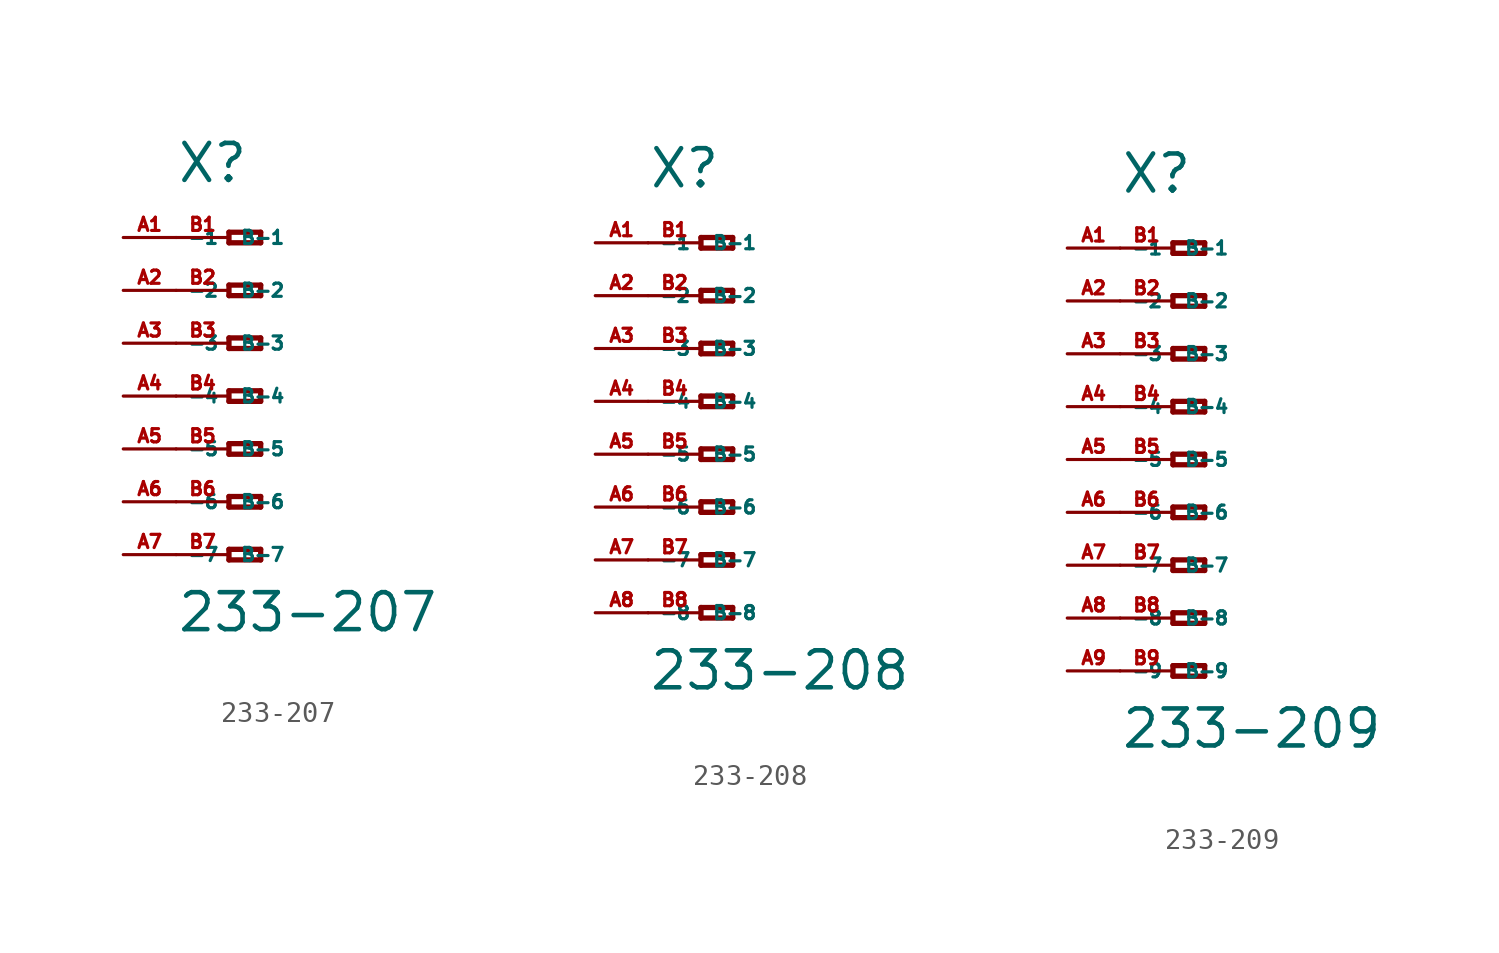
<source format=kicad_sym>
(kicad_symbol_lib
  (version 20220914)
  (generator Eagle2Kicad)
  (symbol "233-207"
    (property "Reference" "X"
      (at -5.08 10.16 0)
      (effects (font (size 1.778 1.778) (thickness 0.22)) (justify left bottom)))
    (property "Value" "233-207"
      (at -5.08 -11.43 0)
      (effects (font (size 1.778 1.778) (thickness 0.22)) (justify left bottom)))
    (polyline
      (pts (xy -2.54 7.874) (xy -2.54 7.366))
      (stroke (width 0.254) (type default))
      (fill (type none)))
    (polyline
      (pts (xy -2.54 7.366) (xy -1.016 7.366))
      (stroke (width 0.254) (type default))
      (fill (type none)))
    (polyline
      (pts (xy -1.016 7.366) (xy -1.016 7.874))
      (stroke (width 0.254) (type default))
      (fill (type none)))
    (polyline
      (pts (xy -1.016 7.874) (xy -2.54 7.874))
      (stroke (width 0.254) (type default))
      (fill (type none)))
    (polyline
      (pts (xy -2.54 5.334) (xy -2.54 4.826))
      (stroke (width 0.254) (type default))
      (fill (type none)))
    (polyline
      (pts (xy -2.54 4.826) (xy -1.016 4.826))
      (stroke (width 0.254) (type default))
      (fill (type none)))
    (polyline
      (pts (xy -1.016 4.826) (xy -1.016 5.334))
      (stroke (width 0.254) (type default))
      (fill (type none)))
    (polyline
      (pts (xy -1.016 5.334) (xy -2.54 5.334))
      (stroke (width 0.254) (type default))
      (fill (type none)))
    (polyline
      (pts (xy -2.54 2.794) (xy -2.54 2.286))
      (stroke (width 0.254) (type default))
      (fill (type none)))
    (polyline
      (pts (xy -2.54 2.286) (xy -1.016 2.286))
      (stroke (width 0.254) (type default))
      (fill (type none)))
    (polyline
      (pts (xy -1.016 2.286) (xy -1.016 2.794))
      (stroke (width 0.254) (type default))
      (fill (type none)))
    (polyline
      (pts (xy -1.016 2.794) (xy -2.54 2.794))
      (stroke (width 0.254) (type default))
      (fill (type none)))
    (polyline
      (pts (xy -2.54 0.254) (xy -2.54 -0.254))
      (stroke (width 0.254) (type default))
      (fill (type none)))
    (polyline
      (pts (xy -2.54 -0.254) (xy -1.016 -0.254))
      (stroke (width 0.254) (type default))
      (fill (type none)))
    (polyline
      (pts (xy -1.016 -0.254) (xy -1.016 0.254))
      (stroke (width 0.254) (type default))
      (fill (type none)))
    (polyline
      (pts (xy -1.016 0.254) (xy -2.54 0.254))
      (stroke (width 0.254) (type default))
      (fill (type none)))
    (polyline
      (pts (xy -2.54 -2.286) (xy -2.54 -2.794))
      (stroke (width 0.254) (type default))
      (fill (type none)))
    (polyline
      (pts (xy -2.54 -2.794) (xy -1.016 -2.794))
      (stroke (width 0.254) (type default))
      (fill (type none)))
    (polyline
      (pts (xy -1.016 -2.794) (xy -1.016 -2.286))
      (stroke (width 0.254) (type default))
      (fill (type none)))
    (polyline
      (pts (xy -1.016 -2.286) (xy -2.54 -2.286))
      (stroke (width 0.254) (type default))
      (fill (type none)))
    (polyline
      (pts (xy -2.54 -4.826) (xy -2.54 -5.334))
      (stroke (width 0.254) (type default))
      (fill (type none)))
    (polyline
      (pts (xy -2.54 -5.334) (xy -1.016 -5.334))
      (stroke (width 0.254) (type default))
      (fill (type none)))
    (polyline
      (pts (xy -1.016 -5.334) (xy -1.016 -4.826))
      (stroke (width 0.254) (type default))
      (fill (type none)))
    (polyline
      (pts (xy -1.016 -4.826) (xy -2.54 -4.826))
      (stroke (width 0.254) (type default))
      (fill (type none)))
    (polyline
      (pts (xy -2.54 -7.366) (xy -2.54 -7.874))
      (stroke (width 0.254) (type default))
      (fill (type none)))
    (polyline
      (pts (xy -2.54 -7.874) (xy -1.016 -7.874))
      (stroke (width 0.254) (type default))
      (fill (type none)))
    (polyline
      (pts (xy -1.016 -7.874) (xy -1.016 -7.366))
      (stroke (width 0.254) (type default))
      (fill (type none)))
    (polyline
      (pts (xy -1.016 -7.366) (xy -2.54 -7.366))
      (stroke (width 0.254) (type default))
      (fill (type none)))
    (pin passive line
      (at -7.62 7.62 0)
      (length 2.54)
      (name "-1" (effects (font (size 0.635 0.635) (thickness 0.08)) (justify left bottom)))
      (number "A1" (effects (font (size 0.635 0.635) (thickness 0.08)) (justify left bottom))))
    (pin passive line
      (at -7.62 5.08 0)
      (length 2.54)
      (name "-2" (effects (font (size 0.635 0.635) (thickness 0.08)) (justify left bottom)))
      (number "A2" (effects (font (size 0.635 0.635) (thickness 0.08)) (justify left bottom))))
    (pin passive line
      (at -7.62 2.54 0)
      (length 2.54)
      (name "-3" (effects (font (size 0.635 0.635) (thickness 0.08)) (justify left bottom)))
      (number "A3" (effects (font (size 0.635 0.635) (thickness 0.08)) (justify left bottom))))
    (pin passive line
      (at -7.62 0 0)
      (length 2.54)
      (name "-4" (effects (font (size 0.635 0.635) (thickness 0.08)) (justify left bottom)))
      (number "A4" (effects (font (size 0.635 0.635) (thickness 0.08)) (justify left bottom))))
    (pin passive line
      (at -7.62 -2.54 0)
      (length 2.54)
      (name "-5" (effects (font (size 0.635 0.635) (thickness 0.08)) (justify left bottom)))
      (number "A5" (effects (font (size 0.635 0.635) (thickness 0.08)) (justify left bottom))))
    (pin passive line
      (at -7.62 -5.08 0)
      (length 2.54)
      (name "-6" (effects (font (size 0.635 0.635) (thickness 0.08)) (justify left bottom)))
      (number "A6" (effects (font (size 0.635 0.635) (thickness 0.08)) (justify left bottom))))
    (pin passive line
      (at -7.62 -7.62 0)
      (length 2.54)
      (name "-7" (effects (font (size 0.635 0.635) (thickness 0.08)) (justify left bottom)))
      (number "A7" (effects (font (size 0.635 0.635) (thickness 0.08)) (justify left bottom))))
    (pin passive line
      (at -5.08 -7.62 0)
      (length 2.54)
      (name "B-7" (effects (font (size 0.635 0.635) (thickness 0.08)) (justify left bottom)))
      (number "B7" (effects (font (size 0.635 0.635) (thickness 0.08)) (justify left bottom))))
    (pin passive line
      (at -5.08 7.62 0)
      (length 2.54)
      (name "B-1" (effects (font (size 0.635 0.635) (thickness 0.08)) (justify left bottom)))
      (number "B1" (effects (font (size 0.635 0.635) (thickness 0.08)) (justify left bottom))))
    (pin passive line
      (at -5.08 5.08 0)
      (length 2.54)
      (name "B-2" (effects (font (size 0.635 0.635) (thickness 0.08)) (justify left bottom)))
      (number "B2" (effects (font (size 0.635 0.635) (thickness 0.08)) (justify left bottom))))
    (pin passive line
      (at -5.08 2.54 0)
      (length 2.54)
      (name "B-3" (effects (font (size 0.635 0.635) (thickness 0.08)) (justify left bottom)))
      (number "B3" (effects (font (size 0.635 0.635) (thickness 0.08)) (justify left bottom))))
    (pin passive line
      (at -5.08 0 0)
      (length 2.54)
      (name "B-4" (effects (font (size 0.635 0.635) (thickness 0.08)) (justify left bottom)))
      (number "B4" (effects (font (size 0.635 0.635) (thickness 0.08)) (justify left bottom))))
    (pin passive line
      (at -5.08 -2.54 0)
      (length 2.54)
      (name "B-5" (effects (font (size 0.635 0.635) (thickness 0.08)) (justify left bottom)))
      (number "B5" (effects (font (size 0.635 0.635) (thickness 0.08)) (justify left bottom))))
    (pin passive line
      (at -5.08 -5.08 0)
      (length 2.54)
      (name "B-6" (effects (font (size 0.635 0.635) (thickness 0.08)) (justify left bottom)))
      (number "B6" (effects (font (size 0.635 0.635) (thickness 0.08)) (justify left bottom)))))
  (symbol "233-208"
    (property "Reference" "X"
      (at -5.08 10.16 0)
      (effects (font (size 1.778 1.778) (thickness 0.22)) (justify left bottom)))
    (property "Value" "233-208"
      (at -5.08 -13.97 0)
      (effects (font (size 1.778 1.778) (thickness 0.22)) (justify left bottom)))
    (polyline
      (pts (xy -2.54 7.874) (xy -2.54 7.366))
      (stroke (width 0.254) (type default))
      (fill (type none)))
    (polyline
      (pts (xy -2.54 7.366) (xy -1.016 7.366))
      (stroke (width 0.254) (type default))
      (fill (type none)))
    (polyline
      (pts (xy -1.016 7.366) (xy -1.016 7.874))
      (stroke (width 0.254) (type default))
      (fill (type none)))
    (polyline
      (pts (xy -1.016 7.874) (xy -2.54 7.874))
      (stroke (width 0.254) (type default))
      (fill (type none)))
    (polyline
      (pts (xy -2.54 5.334) (xy -2.54 4.826))
      (stroke (width 0.254) (type default))
      (fill (type none)))
    (polyline
      (pts (xy -2.54 4.826) (xy -1.016 4.826))
      (stroke (width 0.254) (type default))
      (fill (type none)))
    (polyline
      (pts (xy -1.016 4.826) (xy -1.016 5.334))
      (stroke (width 0.254) (type default))
      (fill (type none)))
    (polyline
      (pts (xy -1.016 5.334) (xy -2.54 5.334))
      (stroke (width 0.254) (type default))
      (fill (type none)))
    (polyline
      (pts (xy -2.54 2.794) (xy -2.54 2.286))
      (stroke (width 0.254) (type default))
      (fill (type none)))
    (polyline
      (pts (xy -2.54 2.286) (xy -1.016 2.286))
      (stroke (width 0.254) (type default))
      (fill (type none)))
    (polyline
      (pts (xy -1.016 2.286) (xy -1.016 2.794))
      (stroke (width 0.254) (type default))
      (fill (type none)))
    (polyline
      (pts (xy -1.016 2.794) (xy -2.54 2.794))
      (stroke (width 0.254) (type default))
      (fill (type none)))
    (polyline
      (pts (xy -2.54 0.254) (xy -2.54 -0.254))
      (stroke (width 0.254) (type default))
      (fill (type none)))
    (polyline
      (pts (xy -2.54 -0.254) (xy -1.016 -0.254))
      (stroke (width 0.254) (type default))
      (fill (type none)))
    (polyline
      (pts (xy -1.016 -0.254) (xy -1.016 0.254))
      (stroke (width 0.254) (type default))
      (fill (type none)))
    (polyline
      (pts (xy -1.016 0.254) (xy -2.54 0.254))
      (stroke (width 0.254) (type default))
      (fill (type none)))
    (polyline
      (pts (xy -2.54 -2.286) (xy -2.54 -2.794))
      (stroke (width 0.254) (type default))
      (fill (type none)))
    (polyline
      (pts (xy -2.54 -2.794) (xy -1.016 -2.794))
      (stroke (width 0.254) (type default))
      (fill (type none)))
    (polyline
      (pts (xy -1.016 -2.794) (xy -1.016 -2.286))
      (stroke (width 0.254) (type default))
      (fill (type none)))
    (polyline
      (pts (xy -1.016 -2.286) (xy -2.54 -2.286))
      (stroke (width 0.254) (type default))
      (fill (type none)))
    (polyline
      (pts (xy -2.54 -4.826) (xy -2.54 -5.334))
      (stroke (width 0.254) (type default))
      (fill (type none)))
    (polyline
      (pts (xy -2.54 -5.334) (xy -1.016 -5.334))
      (stroke (width 0.254) (type default))
      (fill (type none)))
    (polyline
      (pts (xy -1.016 -5.334) (xy -1.016 -4.826))
      (stroke (width 0.254) (type default))
      (fill (type none)))
    (polyline
      (pts (xy -1.016 -4.826) (xy -2.54 -4.826))
      (stroke (width 0.254) (type default))
      (fill (type none)))
    (polyline
      (pts (xy -2.54 -7.366) (xy -2.54 -7.874))
      (stroke (width 0.254) (type default))
      (fill (type none)))
    (polyline
      (pts (xy -2.54 -7.874) (xy -1.016 -7.874))
      (stroke (width 0.254) (type default))
      (fill (type none)))
    (polyline
      (pts (xy -1.016 -7.874) (xy -1.016 -7.366))
      (stroke (width 0.254) (type default))
      (fill (type none)))
    (polyline
      (pts (xy -1.016 -7.366) (xy -2.54 -7.366))
      (stroke (width 0.254) (type default))
      (fill (type none)))
    (polyline
      (pts (xy -2.54 -9.906) (xy -2.54 -10.414))
      (stroke (width 0.254) (type default))
      (fill (type none)))
    (polyline
      (pts (xy -2.54 -10.414) (xy -1.016 -10.414))
      (stroke (width 0.254) (type default))
      (fill (type none)))
    (polyline
      (pts (xy -1.016 -10.414) (xy -1.016 -9.906))
      (stroke (width 0.254) (type default))
      (fill (type none)))
    (polyline
      (pts (xy -1.016 -9.906) (xy -2.54 -9.906))
      (stroke (width 0.254) (type default))
      (fill (type none)))
    (pin passive line
      (at -7.62 7.62 0)
      (length 2.54)
      (name "-1" (effects (font (size 0.635 0.635) (thickness 0.08)) (justify left bottom)))
      (number "A1" (effects (font (size 0.635 0.635) (thickness 0.08)) (justify left bottom))))
    (pin passive line
      (at -7.62 5.08 0)
      (length 2.54)
      (name "-2" (effects (font (size 0.635 0.635) (thickness 0.08)) (justify left bottom)))
      (number "A2" (effects (font (size 0.635 0.635) (thickness 0.08)) (justify left bottom))))
    (pin passive line
      (at -7.62 2.54 0)
      (length 2.54)
      (name "-3" (effects (font (size 0.635 0.635) (thickness 0.08)) (justify left bottom)))
      (number "A3" (effects (font (size 0.635 0.635) (thickness 0.08)) (justify left bottom))))
    (pin passive line
      (at -7.62 0 0)
      (length 2.54)
      (name "-4" (effects (font (size 0.635 0.635) (thickness 0.08)) (justify left bottom)))
      (number "A4" (effects (font (size 0.635 0.635) (thickness 0.08)) (justify left bottom))))
    (pin passive line
      (at -7.62 -2.54 0)
      (length 2.54)
      (name "-5" (effects (font (size 0.635 0.635) (thickness 0.08)) (justify left bottom)))
      (number "A5" (effects (font (size 0.635 0.635) (thickness 0.08)) (justify left bottom))))
    (pin passive line
      (at -7.62 -5.08 0)
      (length 2.54)
      (name "-6" (effects (font (size 0.635 0.635) (thickness 0.08)) (justify left bottom)))
      (number "A6" (effects (font (size 0.635 0.635) (thickness 0.08)) (justify left bottom))))
    (pin passive line
      (at -7.62 -7.62 0)
      (length 2.54)
      (name "-7" (effects (font (size 0.635 0.635) (thickness 0.08)) (justify left bottom)))
      (number "A7" (effects (font (size 0.635 0.635) (thickness 0.08)) (justify left bottom))))
    (pin passive line
      (at -7.62 -10.16 0)
      (length 2.54)
      (name "-8" (effects (font (size 0.635 0.635) (thickness 0.08)) (justify left bottom)))
      (number "A8" (effects (font (size 0.635 0.635) (thickness 0.08)) (justify left bottom))))
    (pin passive line
      (at -5.08 -10.16 0)
      (length 2.54)
      (name "B-8" (effects (font (size 0.635 0.635) (thickness 0.08)) (justify left bottom)))
      (number "B8" (effects (font (size 0.635 0.635) (thickness 0.08)) (justify left bottom))))
    (pin passive line
      (at -5.08 7.62 0)
      (length 2.54)
      (name "B-1" (effects (font (size 0.635 0.635) (thickness 0.08)) (justify left bottom)))
      (number "B1" (effects (font (size 0.635 0.635) (thickness 0.08)) (justify left bottom))))
    (pin passive line
      (at -5.08 5.08 0)
      (length 2.54)
      (name "B-2" (effects (font (size 0.635 0.635) (thickness 0.08)) (justify left bottom)))
      (number "B2" (effects (font (size 0.635 0.635) (thickness 0.08)) (justify left bottom))))
    (pin passive line
      (at -5.08 2.54 0)
      (length 2.54)
      (name "B-3" (effects (font (size 0.635 0.635) (thickness 0.08)) (justify left bottom)))
      (number "B3" (effects (font (size 0.635 0.635) (thickness 0.08)) (justify left bottom))))
    (pin passive line
      (at -5.08 0 0)
      (length 2.54)
      (name "B-4" (effects (font (size 0.635 0.635) (thickness 0.08)) (justify left bottom)))
      (number "B4" (effects (font (size 0.635 0.635) (thickness 0.08)) (justify left bottom))))
    (pin passive line
      (at -5.08 -2.54 0)
      (length 2.54)
      (name "B-5" (effects (font (size 0.635 0.635) (thickness 0.08)) (justify left bottom)))
      (number "B5" (effects (font (size 0.635 0.635) (thickness 0.08)) (justify left bottom))))
    (pin passive line
      (at -5.08 -5.08 0)
      (length 2.54)
      (name "B-6" (effects (font (size 0.635 0.635) (thickness 0.08)) (justify left bottom)))
      (number "B6" (effects (font (size 0.635 0.635) (thickness 0.08)) (justify left bottom))))
    (pin passive line
      (at -5.08 -7.62 0)
      (length 2.54)
      (name "B-7" (effects (font (size 0.635 0.635) (thickness 0.08)) (justify left bottom)))
      (number "B7" (effects (font (size 0.635 0.635) (thickness 0.08)) (justify left bottom)))))
  (symbol "233-209"
    (property "Reference" "X"
      (at -5.08 12.7 0)
      (effects (font (size 1.778 1.778) (thickness 0.22)) (justify left bottom)))
    (property "Value" "233-209"
      (at -5.08 -13.97 0)
      (effects (font (size 1.778 1.778) (thickness 0.22)) (justify left bottom)))
    (polyline
      (pts (xy -2.54 10.414) (xy -2.54 9.906))
      (stroke (width 0.254) (type default))
      (fill (type none)))
    (polyline
      (pts (xy -2.54 9.906) (xy -1.016 9.906))
      (stroke (width 0.254) (type default))
      (fill (type none)))
    (polyline
      (pts (xy -1.016 9.906) (xy -1.016 10.414))
      (stroke (width 0.254) (type default))
      (fill (type none)))
    (polyline
      (pts (xy -1.016 10.414) (xy -2.54 10.414))
      (stroke (width 0.254) (type default))
      (fill (type none)))
    (polyline
      (pts (xy -2.54 7.874) (xy -2.54 7.366))
      (stroke (width 0.254) (type default))
      (fill (type none)))
    (polyline
      (pts (xy -2.54 7.366) (xy -1.016 7.366))
      (stroke (width 0.254) (type default))
      (fill (type none)))
    (polyline
      (pts (xy -1.016 7.366) (xy -1.016 7.874))
      (stroke (width 0.254) (type default))
      (fill (type none)))
    (polyline
      (pts (xy -1.016 7.874) (xy -2.54 7.874))
      (stroke (width 0.254) (type default))
      (fill (type none)))
    (polyline
      (pts (xy -2.54 5.334) (xy -2.54 4.826))
      (stroke (width 0.254) (type default))
      (fill (type none)))
    (polyline
      (pts (xy -2.54 4.826) (xy -1.016 4.826))
      (stroke (width 0.254) (type default))
      (fill (type none)))
    (polyline
      (pts (xy -1.016 4.826) (xy -1.016 5.334))
      (stroke (width 0.254) (type default))
      (fill (type none)))
    (polyline
      (pts (xy -1.016 5.334) (xy -2.54 5.334))
      (stroke (width 0.254) (type default))
      (fill (type none)))
    (polyline
      (pts (xy -2.54 2.794) (xy -2.54 2.286))
      (stroke (width 0.254) (type default))
      (fill (type none)))
    (polyline
      (pts (xy -2.54 2.286) (xy -1.016 2.286))
      (stroke (width 0.254) (type default))
      (fill (type none)))
    (polyline
      (pts (xy -1.016 2.286) (xy -1.016 2.794))
      (stroke (width 0.254) (type default))
      (fill (type none)))
    (polyline
      (pts (xy -1.016 2.794) (xy -2.54 2.794))
      (stroke (width 0.254) (type default))
      (fill (type none)))
    (polyline
      (pts (xy -2.54 0.254) (xy -2.54 -0.254))
      (stroke (width 0.254) (type default))
      (fill (type none)))
    (polyline
      (pts (xy -2.54 -0.254) (xy -1.016 -0.254))
      (stroke (width 0.254) (type default))
      (fill (type none)))
    (polyline
      (pts (xy -1.016 -0.254) (xy -1.016 0.254))
      (stroke (width 0.254) (type default))
      (fill (type none)))
    (polyline
      (pts (xy -1.016 0.254) (xy -2.54 0.254))
      (stroke (width 0.254) (type default))
      (fill (type none)))
    (polyline
      (pts (xy -2.54 -2.286) (xy -2.54 -2.794))
      (stroke (width 0.254) (type default))
      (fill (type none)))
    (polyline
      (pts (xy -2.54 -2.794) (xy -1.016 -2.794))
      (stroke (width 0.254) (type default))
      (fill (type none)))
    (polyline
      (pts (xy -1.016 -2.794) (xy -1.016 -2.286))
      (stroke (width 0.254) (type default))
      (fill (type none)))
    (polyline
      (pts (xy -1.016 -2.286) (xy -2.54 -2.286))
      (stroke (width 0.254) (type default))
      (fill (type none)))
    (polyline
      (pts (xy -2.54 -4.826) (xy -2.54 -5.334))
      (stroke (width 0.254) (type default))
      (fill (type none)))
    (polyline
      (pts (xy -2.54 -5.334) (xy -1.016 -5.334))
      (stroke (width 0.254) (type default))
      (fill (type none)))
    (polyline
      (pts (xy -1.016 -5.334) (xy -1.016 -4.826))
      (stroke (width 0.254) (type default))
      (fill (type none)))
    (polyline
      (pts (xy -1.016 -4.826) (xy -2.54 -4.826))
      (stroke (width 0.254) (type default))
      (fill (type none)))
    (polyline
      (pts (xy -2.54 -7.366) (xy -2.54 -7.874))
      (stroke (width 0.254) (type default))
      (fill (type none)))
    (polyline
      (pts (xy -2.54 -7.874) (xy -1.016 -7.874))
      (stroke (width 0.254) (type default))
      (fill (type none)))
    (polyline
      (pts (xy -1.016 -7.874) (xy -1.016 -7.366))
      (stroke (width 0.254) (type default))
      (fill (type none)))
    (polyline
      (pts (xy -1.016 -7.366) (xy -2.54 -7.366))
      (stroke (width 0.254) (type default))
      (fill (type none)))
    (polyline
      (pts (xy -2.54 -9.906) (xy -2.54 -10.414))
      (stroke (width 0.254) (type default))
      (fill (type none)))
    (polyline
      (pts (xy -2.54 -10.414) (xy -1.016 -10.414))
      (stroke (width 0.254) (type default))
      (fill (type none)))
    (polyline
      (pts (xy -1.016 -10.414) (xy -1.016 -9.906))
      (stroke (width 0.254) (type default))
      (fill (type none)))
    (polyline
      (pts (xy -1.016 -9.906) (xy -2.54 -9.906))
      (stroke (width 0.254) (type default))
      (fill (type none)))
    (pin passive line
      (at -7.62 10.16 0)
      (length 2.54)
      (name "-1" (effects (font (size 0.635 0.635) (thickness 0.08)) (justify left bottom)))
      (number "A1" (effects (font (size 0.635 0.635) (thickness 0.08)) (justify left bottom))))
    (pin passive line
      (at -7.62 7.62 0)
      (length 2.54)
      (name "-2" (effects (font (size 0.635 0.635) (thickness 0.08)) (justify left bottom)))
      (number "A2" (effects (font (size 0.635 0.635) (thickness 0.08)) (justify left bottom))))
    (pin passive line
      (at -7.62 5.08 0)
      (length 2.54)
      (name "-3" (effects (font (size 0.635 0.635) (thickness 0.08)) (justify left bottom)))
      (number "A3" (effects (font (size 0.635 0.635) (thickness 0.08)) (justify left bottom))))
    (pin passive line
      (at -7.62 2.54 0)
      (length 2.54)
      (name "-4" (effects (font (size 0.635 0.635) (thickness 0.08)) (justify left bottom)))
      (number "A4" (effects (font (size 0.635 0.635) (thickness 0.08)) (justify left bottom))))
    (pin passive line
      (at -7.62 0 0)
      (length 2.54)
      (name "-5" (effects (font (size 0.635 0.635) (thickness 0.08)) (justify left bottom)))
      (number "A5" (effects (font (size 0.635 0.635) (thickness 0.08)) (justify left bottom))))
    (pin passive line
      (at -7.62 -2.54 0)
      (length 2.54)
      (name "-6" (effects (font (size 0.635 0.635) (thickness 0.08)) (justify left bottom)))
      (number "A6" (effects (font (size 0.635 0.635) (thickness 0.08)) (justify left bottom))))
    (pin passive line
      (at -7.62 -5.08 0)
      (length 2.54)
      (name "-7" (effects (font (size 0.635 0.635) (thickness 0.08)) (justify left bottom)))
      (number "A7" (effects (font (size 0.635 0.635) (thickness 0.08)) (justify left bottom))))
    (pin passive line
      (at -7.62 -7.62 0)
      (length 2.54)
      (name "-8" (effects (font (size 0.635 0.635) (thickness 0.08)) (justify left bottom)))
      (number "A8" (effects (font (size 0.635 0.635) (thickness 0.08)) (justify left bottom))))
    (pin passive line
      (at -7.62 -10.16 0)
      (length 2.54)
      (name "-9" (effects (font (size 0.635 0.635) (thickness 0.08)) (justify left bottom)))
      (number "A9" (effects (font (size 0.635 0.635) (thickness 0.08)) (justify left bottom))))
    (pin passive line
      (at -5.08 -10.16 0)
      (length 2.54)
      (name "B-9" (effects (font (size 0.635 0.635) (thickness 0.08)) (justify left bottom)))
      (number "B9" (effects (font (size 0.635 0.635) (thickness 0.08)) (justify left bottom))))
    (pin passive line
      (at -5.08 10.16 0)
      (length 2.54)
      (name "B-1" (effects (font (size 0.635 0.635) (thickness 0.08)) (justify left bottom)))
      (number "B1" (effects (font (size 0.635 0.635) (thickness 0.08)) (justify left bottom))))
    (pin passive line
      (at -5.08 7.62 0)
      (length 2.54)
      (name "B-2" (effects (font (size 0.635 0.635) (thickness 0.08)) (justify left bottom)))
      (number "B2" (effects (font (size 0.635 0.635) (thickness 0.08)) (justify left bottom))))
    (pin passive line
      (at -5.08 5.08 0)
      (length 2.54)
      (name "B-3" (effects (font (size 0.635 0.635) (thickness 0.08)) (justify left bottom)))
      (number "B3" (effects (font (size 0.635 0.635) (thickness 0.08)) (justify left bottom))))
    (pin passive line
      (at -5.08 2.54 0)
      (length 2.54)
      (name "B-4" (effects (font (size 0.635 0.635) (thickness 0.08)) (justify left bottom)))
      (number "B4" (effects (font (size 0.635 0.635) (thickness 0.08)) (justify left bottom))))
    (pin passive line
      (at -5.08 0 0)
      (length 2.54)
      (name "B-5" (effects (font (size 0.635 0.635) (thickness 0.08)) (justify left bottom)))
      (number "B5" (effects (font (size 0.635 0.635) (thickness 0.08)) (justify left bottom))))
    (pin passive line
      (at -5.08 -2.54 0)
      (length 2.54)
      (name "B-6" (effects (font (size 0.635 0.635) (thickness 0.08)) (justify left bottom)))
      (number "B6" (effects (font (size 0.635 0.635) (thickness 0.08)) (justify left bottom))))
    (pin passive line
      (at -5.08 -5.08 0)
      (length 2.54)
      (name "B-7" (effects (font (size 0.635 0.635) (thickness 0.08)) (justify left bottom)))
      (number "B7" (effects (font (size 0.635 0.635) (thickness 0.08)) (justify left bottom))))
    (pin passive line
      (at -5.08 -7.62 0)
      (length 2.54)
      (name "B-8" (effects (font (size 0.635 0.635) (thickness 0.08)) (justify left bottom)))
      (number "B8" (effects (font (size 0.635 0.635) (thickness 0.08)) (justify left bottom))))))
</source>
